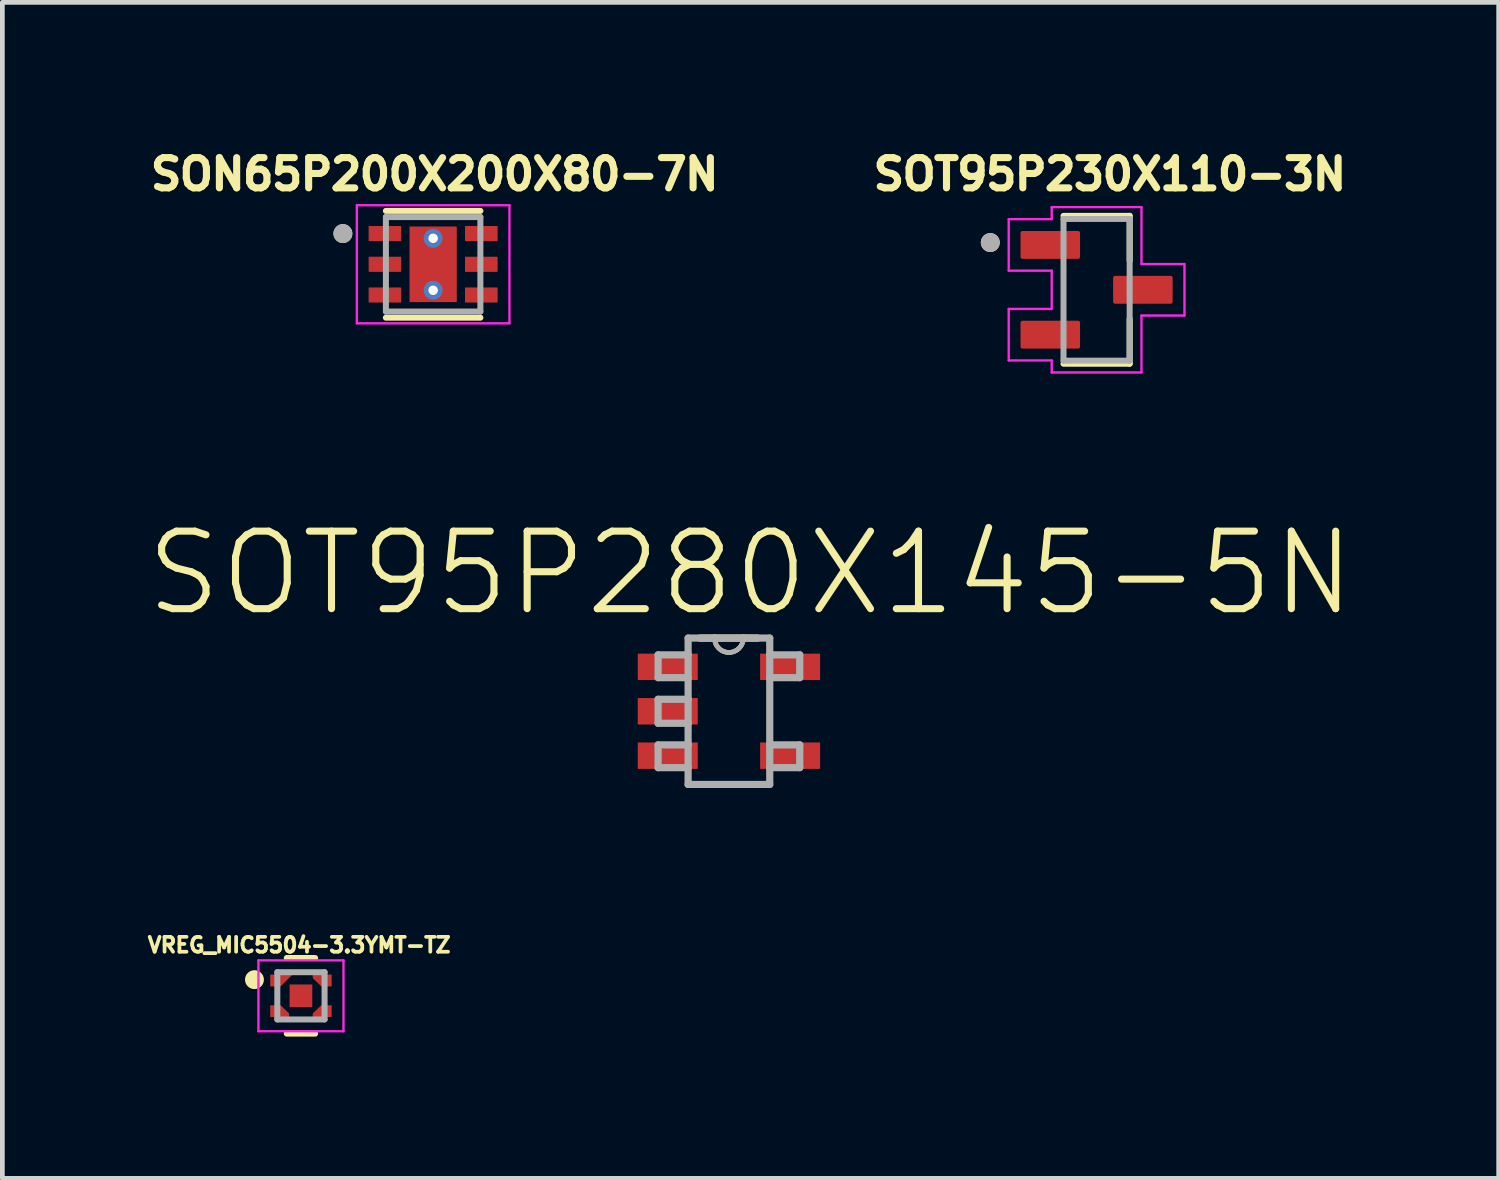
<source format=kicad_pcb>
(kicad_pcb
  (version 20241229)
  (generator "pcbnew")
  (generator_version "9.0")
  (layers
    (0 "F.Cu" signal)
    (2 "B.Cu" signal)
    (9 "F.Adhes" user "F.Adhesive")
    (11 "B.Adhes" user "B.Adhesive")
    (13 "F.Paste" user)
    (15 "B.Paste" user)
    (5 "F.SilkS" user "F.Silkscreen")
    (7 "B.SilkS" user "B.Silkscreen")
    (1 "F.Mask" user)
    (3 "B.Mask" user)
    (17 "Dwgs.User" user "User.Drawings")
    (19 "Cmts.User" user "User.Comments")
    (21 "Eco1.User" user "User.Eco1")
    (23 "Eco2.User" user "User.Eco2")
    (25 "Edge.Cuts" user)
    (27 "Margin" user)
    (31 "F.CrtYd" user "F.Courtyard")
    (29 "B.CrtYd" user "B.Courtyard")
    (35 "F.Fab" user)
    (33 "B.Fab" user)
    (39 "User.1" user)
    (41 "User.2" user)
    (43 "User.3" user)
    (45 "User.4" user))
  (footprint "SON65P200X200X80-7N"
    (layer "F.Cu")
    (at 6.118 2.544)
    (property "Reference" "SON65P200X200X80-7N" (at 0.032 -1.906 0) (layer "F.SilkS") (effects (font (size 0.64 0.64) (thickness 0.15))))
    (attr through_hole)
    (fp_line (start -1 -1.13) (end 1 -1.13) (stroke (width 0.127) (type solid)) (layer "F.SilkS"))
    (fp_line (start -1 1.13) (end 1 1.13) (stroke (width 0.127) (type solid)) (layer "F.SilkS"))
    (fp_circle (center -1.91 -0.65) (end -1.81 -0.65) (stroke (width 0.2) (type solid)) (fill no) (layer "F.SilkS"))
    (fp_poly (pts (xy -0.5 -0.8) (xy 0.5 -0.8) (xy 0.5 -0.1) (xy -0.5 -0.1)) (stroke (width 0.01) (type solid)) (fill yes) (layer "F.Paste"))
    (fp_poly (pts (xy -0.5 0.1) (xy 0.5 0.1) (xy 0.5 0.8) (xy -0.5 0.8)) (stroke (width 0.01) (type solid)) (fill yes) (layer "F.Paste"))
    (fp_line (start -1.615 -1.25) (end -1.615 1.25) (stroke (width 0.05) (type solid)) (layer "F.CrtYd"))
    (fp_line (start -1.615 -1.25) (end 1.615 -1.25) (stroke (width 0.05) (type solid)) (layer "F.CrtYd"))
    (fp_line (start -1.615 1.25) (end 1.615 1.25) (stroke (width 0.05) (type solid)) (layer "F.CrtYd"))
    (fp_line (start 1.615 -1.25) (end 1.615 1.25) (stroke (width 0.05) (type solid)) (layer "F.CrtYd"))
    (fp_line (start -1 -1) (end -1 1) (stroke (width 0.127) (type solid)) (layer "F.Fab"))
    (fp_line (start -1 -1) (end 1 -1) (stroke (width 0.127) (type solid)) (layer "F.Fab"))
    (fp_line (start -1 1) (end 1 1) (stroke (width 0.127) (type solid)) (layer "F.Fab"))
    (fp_line (start 1 -1) (end 1 1) (stroke (width 0.127) (type solid)) (layer "F.Fab"))
    (fp_circle (center -1.91 -0.65) (end -1.81 -0.65) (stroke (width 0.2) (type solid)) (fill no) (layer "F.Fab"))
    (pad "1" smd roundrect (at -1.02 -0.65) (size 0.69 0.32) (layers "F.Cu" "F.Mask" "F.Paste") (roundrect_rratio 0.04))
    (pad "2" smd roundrect (at -1.02 0) (size 0.69 0.32) (layers "F.Cu" "F.Mask" "F.Paste") (roundrect_rratio 0.04))
    (pad "3" smd roundrect (at -1.02 0.65) (size 0.69 0.32) (layers "F.Cu" "F.Mask" "F.Paste") (roundrect_rratio 0.04))
    (pad "4" smd roundrect (at 1.02 0.65) (size 0.69 0.32) (layers "F.Cu" "F.Mask" "F.Paste") (roundrect_rratio 0.04))
    (pad "5" smd roundrect (at 1.02 0) (size 0.69 0.32) (layers "F.Cu" "F.Mask" "F.Paste") (roundrect_rratio 0.04))
    (pad "6" smd roundrect (at 1.02 -0.65) (size 0.69 0.32) (layers "F.Cu" "F.Mask" "F.Paste") (roundrect_rratio 0.04))
    (pad "7" smd rect (at 0 0) (size 1 1.6) (layers "F.Cu" "F.Mask"))
    (pad "8" thru_hole circle (at 0 -0.55) (size 0.4 0.4) (drill 0.2) (layers "*.Cu"))
    (pad "9" thru_hole circle (at 0 0.55) (size 0.4 0.4) (drill 0.2) (layers "*.Cu")))
  (footprint "SOT95P280X145-5N"
    (layer "F.Cu")
    (at 12.379 12.005)
    (property "Reference" "SOT95P280X145-5N" (at 0.457 -2.923 0) (layer "F.SilkS") (effects (font (size 1.641 1.641) (thickness 0.15))))
    (attr through_hole)
    (fp_line (start -0.305 -1.549) (end -0.61 -1.549) (stroke (width 0.152) (type solid)) (layer "F.SilkS"))
    (fp_line (start 0.305 -1.549) (end -0.305 -1.549) (stroke (width 0.152) (type solid)) (layer "F.SilkS"))
    (fp_line (start 0.61 -1.549) (end 0.305 -1.549) (stroke (width 0.152) (type solid)) (layer "F.SilkS"))
    (fp_arc (start 0.3048 -1.5494) (mid 0 -1.2446) (end -0.3048 -1.5494) (stroke (width 0.1) (type solid)) (layer "F.SilkS"))
    (fp_line (start -1.499 -1.194) (end -1.499 -0.711) (stroke (width 0.152) (type solid)) (layer "F.Fab"))
    (fp_line (start -1.499 -0.711) (end -0.864 -0.711) (stroke (width 0.152) (type solid)) (layer "F.Fab"))
    (fp_line (start -1.499 -0.254) (end -1.499 0.254) (stroke (width 0.152) (type solid)) (layer "F.Fab"))
    (fp_line (start -1.499 0.254) (end -0.864 0.254) (stroke (width 0.152) (type solid)) (layer "F.Fab"))
    (fp_line (start -1.499 0.711) (end -1.499 1.194) (stroke (width 0.152) (type solid)) (layer "F.Fab"))
    (fp_line (start -1.499 1.194) (end -0.864 1.194) (stroke (width 0.152) (type solid)) (layer "F.Fab"))
    (fp_line (start -0.864 -1.549) (end -0.864 -1.194) (stroke (width 0.152) (type solid)) (layer "F.Fab"))
    (fp_line (start -0.864 -1.194) (end -1.499 -1.194) (stroke (width 0.152) (type solid)) (layer "F.Fab"))
    (fp_line (start -0.864 -1.194) (end -0.864 -0.711) (stroke (width 0.152) (type solid)) (layer "F.Fab"))
    (fp_line (start -0.864 -0.711) (end -0.864 -0.254) (stroke (width 0.152) (type solid)) (layer "F.Fab"))
    (fp_line (start -0.864 -0.254) (end -1.499 -0.254) (stroke (width 0.152) (type solid)) (layer "F.Fab"))
    (fp_line (start -0.864 -0.254) (end -0.864 0.254) (stroke (width 0.152) (type solid)) (layer "F.Fab"))
    (fp_line (start -0.864 0.254) (end -0.864 0.711) (stroke (width 0.152) (type solid)) (layer "F.Fab"))
    (fp_line (start -0.864 0.711) (end -1.499 0.711) (stroke (width 0.152) (type solid)) (layer "F.Fab"))
    (fp_line (start -0.864 1.194) (end -0.864 0.711) (stroke (width 0.152) (type solid)) (layer "F.Fab"))
    (fp_line (start -0.864 1.549) (end -0.864 1.194) (stroke (width 0.152) (type solid)) (layer "F.Fab"))
    (fp_line (start -0.864 1.549) (end 0.864 1.549) (stroke (width 0.152) (type solid)) (layer "F.Fab"))
    (fp_line (start -0.305 -1.549) (end -0.864 -1.549) (stroke (width 0.152) (type solid)) (layer "F.Fab"))
    (fp_line (start 0.305 -1.549) (end -0.305 -1.549) (stroke (width 0.152) (type solid)) (layer "F.Fab"))
    (fp_line (start 0.864 -1.549) (end 0.305 -1.549) (stroke (width 0.152) (type solid)) (layer "F.Fab"))
    (fp_line (start 0.864 -1.549) (end 0.864 -1.194) (stroke (width 0.152) (type solid)) (layer "F.Fab"))
    (fp_line (start 0.864 -1.194) (end 0.864 -0.711) (stroke (width 0.152) (type solid)) (layer "F.Fab"))
    (fp_line (start 0.864 -0.711) (end 1.499 -0.711) (stroke (width 0.152) (type solid)) (layer "F.Fab"))
    (fp_line (start 0.864 0.711) (end 0.864 -0.711) (stroke (width 0.152) (type solid)) (layer "F.Fab"))
    (fp_line (start 0.864 1.194) (end 0.864 0.711) (stroke (width 0.152) (type solid)) (layer "F.Fab"))
    (fp_line (start 0.864 1.194) (end 1.499 1.194) (stroke (width 0.152) (type solid)) (layer "F.Fab"))
    (fp_line (start 0.864 1.549) (end 0.864 1.194) (stroke (width 0.152) (type solid)) (layer "F.Fab"))
    (fp_line (start 1.499 -1.194) (end 0.864 -1.194) (stroke (width 0.152) (type solid)) (layer "F.Fab"))
    (fp_line (start 1.499 -0.711) (end 1.499 -1.194) (stroke (width 0.152) (type solid)) (layer "F.Fab"))
    (fp_line (start 1.499 0.711) (end 0.864 0.711) (stroke (width 0.152) (type solid)) (layer "F.Fab"))
    (fp_line (start 1.499 1.194) (end 1.499 0.711) (stroke (width 0.152) (type solid)) (layer "F.Fab"))
    (fp_arc (start 0.3048 -1.5494) (mid 0 -1.2446) (end -0.3048 -1.5494) (stroke (width 0.1) (type solid)) (layer "F.Fab"))
    (pad "1" smd rect (at -1.295 -0.94) (size 1.27 0.559) (layers "F.Cu" "F.Mask" "F.Paste"))
    (pad "2" smd rect (at -1.295 0) (size 1.27 0.559) (layers "F.Cu" "F.Mask" "F.Paste"))
    (pad "3" smd rect (at -1.295 0.94) (size 1.27 0.559) (layers "F.Cu" "F.Mask" "F.Paste"))
    (pad "4" smd rect (at 1.295 0.94) (size 1.27 0.559) (layers "F.Cu" "F.Mask" "F.Paste"))
    (pad "5" smd rect (at 1.295 -0.94) (size 1.27 0.559) (layers "F.Cu" "F.Mask" "F.Paste")))
  (footprint "VREG_MIC5504-3.3YMT-TZ"
    (layer "F.Cu")
    (at 3.32 18.028)
    (property "Reference" "VREG_MIC5504-3.3YMT-TZ" (at -0.037 -1.075 0) (layer "F.SilkS") (effects (font (size 0.315 0.315) (thickness 0.15))))
    (attr through_hole)
    (fp_poly (pts (xy -0.39 -0.1) (xy -0.75 -0.1) (xy -0.75 -0.55) (xy 0.06 -0.55)) (stroke (width 0.001) (type solid)) (fill yes) (layer "F.Mask"))
    (fp_poly (pts (xy -0.75 0.1) (xy -0.75 0.55) (xy -0.15 0.55) (xy -0.15 0.34) (xy -0.39 0.1)) (stroke (width 0.001) (type solid)) (fill yes) (layer "F.Mask"))
    (fp_poly (pts (xy 0.75 -0.1) (xy 0.75 -0.55) (xy 0.15 -0.55) (xy 0.15 -0.34) (xy 0.39 -0.1)) (stroke (width 0.001) (type solid)) (fill yes) (layer "F.Mask"))
    (fp_poly (pts (xy 0.75 0.1) (xy 0.75 0.55) (xy 0.15 0.55) (xy 0.15 0.34) (xy 0.39 0.1)) (stroke (width 0.001) (type solid)) (fill yes) (layer "F.Mask"))
    (fp_line (start 0.3 -0.8) (end -0.3 -0.8) (stroke (width 0.127) (type solid)) (layer "F.SilkS"))
    (fp_line (start 0.3 0.8) (end -0.3 0.8) (stroke (width 0.127) (type solid)) (layer "F.SilkS"))
    (fp_circle (center -0.984 -0.342) (end -0.884 -0.342) (stroke (width 0.2) (type solid)) (fill no) (layer "F.SilkS"))
    (fp_poly (pts (xy -0.43 -0.2) (xy -0.18 -0.45) (xy -0.65 -0.45) (xy -0.65 -0.2)) (stroke (width 0.001) (type solid)) (fill yes) (layer "F.Paste"))
    (fp_poly (pts (xy -0.43 0.2) (xy -0.25 0.375) (xy -0.25 0.45) (xy -0.65 0.45) (xy -0.65 0.2)) (stroke (width 0.001) (type solid)) (fill yes) (layer "F.Paste"))
    (fp_poly (pts (xy 0.43 -0.2) (xy 0.25 -0.375) (xy 0.25 -0.45) (xy 0.65 -0.45) (xy 0.65 -0.2)) (stroke (width 0.001) (type solid)) (fill yes) (layer "F.Paste"))
    (fp_poly (pts (xy 0.43 0.2) (xy 0.25 0.375) (xy 0.25 0.45) (xy 0.65 0.45) (xy 0.65 0.2)) (stroke (width 0.001) (type solid)) (fill yes) (layer "F.Paste"))
    (fp_line (start -0.9 -0.75) (end -0.9 0.75) (stroke (width 0.05) (type solid)) (layer "F.CrtYd"))
    (fp_line (start -0.9 0.75) (end 0.9 0.75) (stroke (width 0.05) (type solid)) (layer "F.CrtYd"))
    (fp_line (start 0.9 -0.75) (end -0.9 -0.75) (stroke (width 0.05) (type solid)) (layer "F.CrtYd"))
    (fp_line (start 0.9 0.75) (end 0.9 -0.75) (stroke (width 0.05) (type solid)) (layer "F.CrtYd"))
    (fp_line (start -0.5 -0.5) (end -0.5 0.5) (stroke (width 0.127) (type solid)) (layer "F.Fab"))
    (fp_line (start -0.5 0.5) (end 0.5 0.5) (stroke (width 0.127) (type solid)) (layer "F.Fab"))
    (fp_line (start 0.5 -0.5) (end -0.5 -0.5) (stroke (width 0.127) (type solid)) (layer "F.Fab"))
    (fp_line (start 0.5 0.5) (end 0.5 -0.5) (stroke (width 0.127) (type solid)) (layer "F.Fab"))
    (pad "1" smd custom (at -0.51 -0.327) (size 0.1 0.1) (layers "F.Cu") (options (anchor rect)) (primitives (gr_poly (pts (xy 0.08 0.127) (xy 0.33 -0.123) (xy -0.14 -0.123) (xy -0.14 0.127)) (width 0.001) (fill yes))))
    (pad "2" smd custom (at -0.513 0.339) (size 0.1 0.1) (layers "F.Cu") (options (anchor rect)) (primitives (gr_poly (pts (xy 0.083 -0.139) (xy 0.263 0.036) (xy 0.263 0.111) (xy -0.137 0.111) (xy -0.137 -0.139)) (width 0.001) (fill yes))))
    (pad "3" smd custom (at 0.518 0.346) (size 0.1 0.1) (layers "F.Cu") (options (anchor rect)) (primitives (gr_poly (pts (xy -0.088 -0.146) (xy -0.268 0.029) (xy -0.268 0.104) (xy 0.132 0.104) (xy 0.132 -0.146)) (width 0.001) (fill yes))))
    (pad "4" smd custom (at 0.512 -0.329) (size 0.1 0.1) (layers "F.Cu") (options (anchor rect)) (primitives (gr_poly (pts (xy -0.082 0.129) (xy -0.262 -0.046) (xy -0.262 -0.121) (xy 0.138 -0.121) (xy 0.138 0.129)) (width 0.001) (fill yes))))
    (pad "EP" smd rect (at 0 0) (size 0.48 0.48) (layers "F.Cu" "F.Mask" "F.Paste")))
  (footprint "SOT95P230X110-3N"
    (layer "F.Cu")
    (at 20.161 3.084)
    (property "Reference" "SOT95P230X110-3N" (at 0.282 -2.446 0) (layer "F.SilkS") (effects (font (size 0.64 0.64) (thickness 0.15))))
    (attr through_hole)
    (fp_line (start -0.7 1.565) (end 0.7 1.565) (stroke (width 0.127) (type solid)) (layer "F.SilkS"))
    (fp_line (start 0.7 -1.565) (end -0.7 -1.565) (stroke (width 0.127) (type solid)) (layer "F.SilkS"))
    (fp_line (start 0.7 -0.615) (end 0.7 -1.565) (stroke (width 0.127) (type solid)) (layer "F.SilkS"))
    (fp_line (start 0.7 1.565) (end 0.7 0.615) (stroke (width 0.127) (type solid)) (layer "F.SilkS"))
    (fp_circle (center -2.25 -1) (end -2.15 -1) (stroke (width 0.2) (type solid)) (fill no) (layer "F.SilkS"))
    (fp_line (start -1.86 -1.495) (end -1.86 -0.405) (stroke (width 0.05) (type solid)) (layer "F.CrtYd"))
    (fp_line (start -1.86 -0.405) (end -0.95 -0.405) (stroke (width 0.05) (type solid)) (layer "F.CrtYd"))
    (fp_line (start -1.86 0.405) (end -1.86 1.495) (stroke (width 0.05) (type solid)) (layer "F.CrtYd"))
    (fp_line (start -1.86 1.495) (end -0.95 1.495) (stroke (width 0.05) (type solid)) (layer "F.CrtYd"))
    (fp_line (start -0.95 -1.75) (end -0.95 -1.495) (stroke (width 0.05) (type solid)) (layer "F.CrtYd"))
    (fp_line (start -0.95 -1.495) (end -1.86 -1.495) (stroke (width 0.05) (type solid)) (layer "F.CrtYd"))
    (fp_line (start -0.95 -0.405) (end -0.95 0.405) (stroke (width 0.05) (type solid)) (layer "F.CrtYd"))
    (fp_line (start -0.95 0.405) (end -1.86 0.405) (stroke (width 0.05) (type solid)) (layer "F.CrtYd"))
    (fp_line (start -0.95 1.495) (end -0.95 1.75) (stroke (width 0.05) (type solid)) (layer "F.CrtYd"))
    (fp_line (start -0.95 1.75) (end 0.95 1.75) (stroke (width 0.05) (type solid)) (layer "F.CrtYd"))
    (fp_line (start 0.95 -1.75) (end -0.95 -1.75) (stroke (width 0.05) (type solid)) (layer "F.CrtYd"))
    (fp_line (start 0.95 -0.545) (end 0.95 -1.75) (stroke (width 0.05) (type solid)) (layer "F.CrtYd"))
    (fp_line (start 0.95 0.545) (end 1.86 0.545) (stroke (width 0.05) (type solid)) (layer "F.CrtYd"))
    (fp_line (start 0.95 1.75) (end 0.95 0.545) (stroke (width 0.05) (type solid)) (layer "F.CrtYd"))
    (fp_line (start 1.86 -0.545) (end 0.95 -0.545) (stroke (width 0.05) (type solid)) (layer "F.CrtYd"))
    (fp_line (start 1.86 0.545) (end 1.86 -0.545) (stroke (width 0.05) (type solid)) (layer "F.CrtYd"))
    (fp_line (start -0.7 -1.5) (end -0.7 1.5) (stroke (width 0.127) (type solid)) (layer "F.Fab"))
    (fp_line (start -0.7 1.5) (end 0.7 1.5) (stroke (width 0.127) (type solid)) (layer "F.Fab"))
    (fp_line (start 0.7 -1.5) (end -0.7 -1.5) (stroke (width 0.127) (type solid)) (layer "F.Fab"))
    (fp_line (start 0.7 1.5) (end 0.7 -1.5) (stroke (width 0.127) (type solid)) (layer "F.Fab"))
    (fp_circle (center -2.25 -1) (end -2.15 -1) (stroke (width 0.2) (type solid)) (fill no) (layer "F.Fab"))
    (pad "1" smd roundrect (at -0.98 -0.95) (size 1.26 0.59) (layers "F.Cu" "F.Mask" "F.Paste") (roundrect_rratio 0.07))
    (pad "2" smd roundrect (at 0.98 0) (size 1.26 0.59) (layers "F.Cu" "F.Mask" "F.Paste") (roundrect_rratio 0.07))
    (pad "3" smd roundrect (at -0.98 0.95) (size 1.26 0.59) (layers "F.Cu" "F.Mask" "F.Paste") (roundrect_rratio 0.07)))
  (gr_rect
    (start -3 -3)
    (end 28.672 21.892)
    (stroke (width 0.1) (type default))
    (fill no)
    (layer "Edge.Cuts")))
</source>
